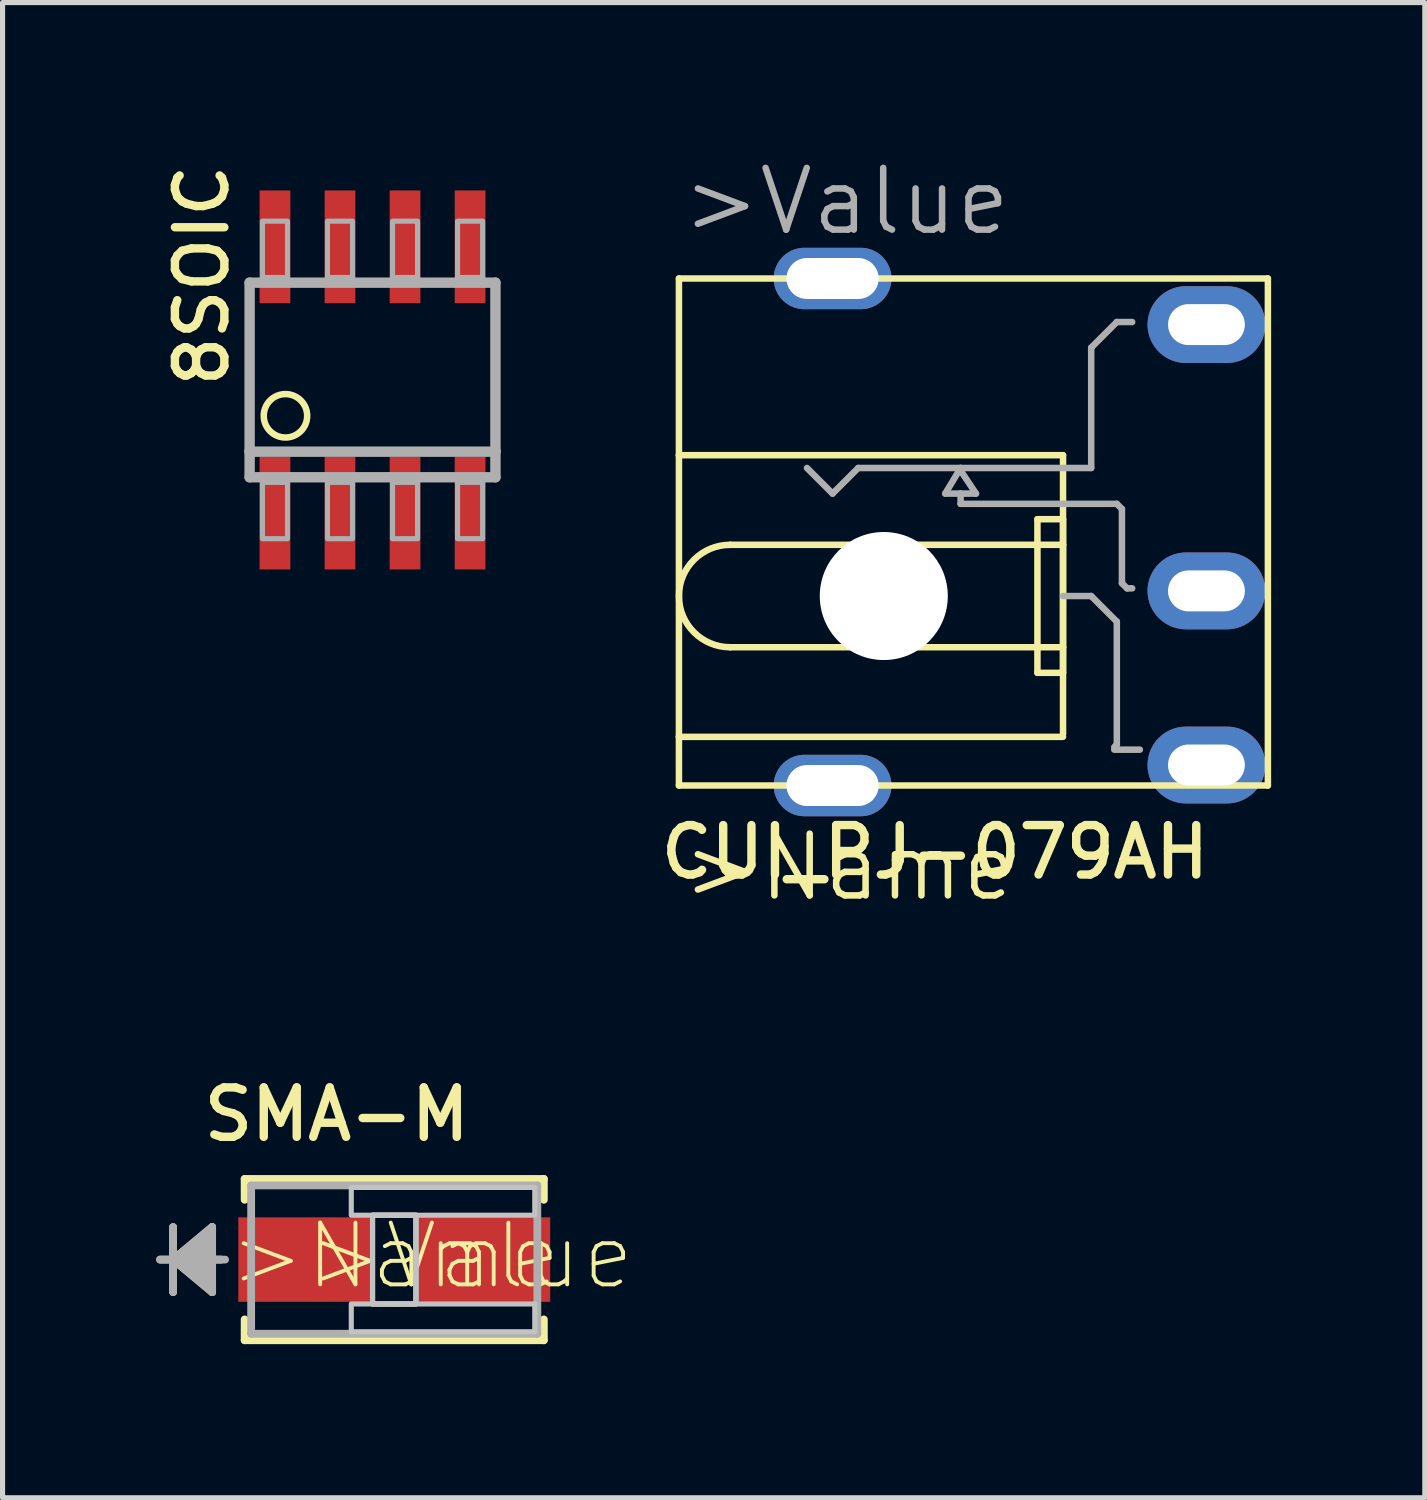
<source format=kicad_pcb>
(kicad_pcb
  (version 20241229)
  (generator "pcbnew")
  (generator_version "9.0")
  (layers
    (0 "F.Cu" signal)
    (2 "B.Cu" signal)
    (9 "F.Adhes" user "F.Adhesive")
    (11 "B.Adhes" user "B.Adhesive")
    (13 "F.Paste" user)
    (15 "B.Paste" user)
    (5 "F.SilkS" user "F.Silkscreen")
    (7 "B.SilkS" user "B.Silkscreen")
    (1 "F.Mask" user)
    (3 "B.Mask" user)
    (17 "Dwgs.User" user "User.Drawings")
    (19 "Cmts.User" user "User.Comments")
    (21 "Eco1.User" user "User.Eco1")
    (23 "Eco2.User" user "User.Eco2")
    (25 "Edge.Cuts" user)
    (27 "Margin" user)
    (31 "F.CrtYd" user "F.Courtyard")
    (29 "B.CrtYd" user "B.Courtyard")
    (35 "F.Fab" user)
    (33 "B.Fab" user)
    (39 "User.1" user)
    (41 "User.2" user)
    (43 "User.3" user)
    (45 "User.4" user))
  (footprint "8SOIC"
    (layer "F.Cu")
    (at 4.224 4.369)
    (property "Reference" "8SOIC" (at -2.767 0.205 270) (layer "F.SilkS") (effects (font (size 0.965 0.965) (thickness 0.164)) (justify left bottom)))
    (attr through_hole)
    (fp_circle (center -1.7 0.7) (end -1.276 0.7) (stroke (width 0.127) (type solid)) (fill no) (layer "F.SilkS"))
    (fp_line (start -2.4 -1.9) (end 2.4 -1.9) (stroke (width 0.203) (type solid)) (layer "F.Fab"))
    (fp_line (start -2.4 1.4) (end -2.4 -1.9) (stroke (width 0.203) (type solid)) (layer "F.Fab"))
    (fp_line (start -2.4 1.9) (end -2.4 1.4) (stroke (width 0.203) (type solid)) (layer "F.Fab"))
    (fp_line (start 2.4 -1.9) (end 2.4 1.4) (stroke (width 0.203) (type solid)) (layer "F.Fab"))
    (fp_line (start 2.4 1.4) (end -2.4 1.4) (stroke (width 0.203) (type solid)) (layer "F.Fab"))
    (fp_line (start 2.4 1.4) (end 2.4 1.9) (stroke (width 0.203) (type solid)) (layer "F.Fab"))
    (fp_line (start 2.4 1.9) (end -2.4 1.9) (stroke (width 0.203) (type solid)) (layer "F.Fab"))
    (fp_poly (pts (xy -2.15 -2) (xy -1.66 -2) (xy -1.66 -3.1) (xy -2.15 -3.1)) (stroke (width 0.1) (type solid)) (fill no) (layer "F.Fab"))
    (fp_poly (pts (xy -2.15 3.1) (xy -1.66 3.1) (xy -1.66 2) (xy -2.15 2)) (stroke (width 0.1) (type solid)) (fill no) (layer "F.Fab"))
    (fp_poly (pts (xy -0.88 -2) (xy -0.39 -2) (xy -0.39 -3.1) (xy -0.88 -3.1)) (stroke (width 0.1) (type solid)) (fill no) (layer "F.Fab"))
    (fp_poly (pts (xy -0.88 3.1) (xy -0.39 3.1) (xy -0.39 2) (xy -0.88 2)) (stroke (width 0.1) (type solid)) (fill no) (layer "F.Fab"))
    (fp_poly (pts (xy 0.39 -2) (xy 0.88 -2) (xy 0.88 -3.1) (xy 0.39 -3.1)) (stroke (width 0.1) (type solid)) (fill no) (layer "F.Fab"))
    (fp_poly (pts (xy 0.39 3.1) (xy 0.88 3.1) (xy 0.88 2) (xy 0.39 2)) (stroke (width 0.1) (type solid)) (fill no) (layer "F.Fab"))
    (fp_poly (pts (xy 1.66 -2) (xy 2.15 -2) (xy 2.15 -3.1) (xy 1.66 -3.1)) (stroke (width 0.1) (type solid)) (fill no) (layer "F.Fab"))
    (fp_poly (pts (xy 1.66 3.1) (xy 2.15 3.1) (xy 2.15 2) (xy 1.66 2)) (stroke (width 0.1) (type solid)) (fill no) (layer "F.Fab"))
    (pad "1" smd rect (at -1.905 2.6) (size 0.6 2.2) (layers "F.Cu" "F.Mask" "F.Paste"))
    (pad "2" smd rect (at -0.635 2.6) (size 0.6 2.2) (layers "F.Cu" "F.Mask" "F.Paste"))
    (pad "3" smd rect (at 0.635 2.6) (size 0.6 2.2) (layers "F.Cu" "F.Mask" "F.Paste"))
    (pad "4" smd rect (at 1.905 2.6) (size 0.6 2.2) (layers "F.Cu" "F.Mask" "F.Paste"))
    (pad "5" smd rect (at 1.905 -2.6) (size 0.6 2.2) (layers "F.Cu" "F.Mask" "F.Paste"))
    (pad "6" smd rect (at 0.635 -2.6) (size 0.6 2.2) (layers "F.Cu" "F.Mask" "F.Paste"))
    (pad "7" smd rect (at -0.635 -2.6) (size 0.6 2.2) (layers "F.Cu" "F.Mask" "F.Paste"))
    (pad "8" smd rect (at -1.905 -2.6) (size 0.6 2.2) (layers "F.Cu" "F.Mask" "F.Paste")))
  (footprint "SMA-M"
    (layer "F.Cu")
    (at 4.648 21.545)
    (property "Reference" "SMA-M" (at -1.123 -2.835 180) (layer "F.SilkS") (effects (font (size 0.965 0.965) (thickness 0.164))))
    (attr through_hole)
    (fp_line (start -4.318 -0.635) (end -4.318 0) (stroke (width 0.152) (type solid)) (layer "F.SilkS"))
    (fp_line (start -4.318 0) (end -4.572 0) (stroke (width 0.152) (type solid)) (layer "F.SilkS"))
    (fp_line (start -4.318 0) (end -4.318 0.635) (stroke (width 0.152) (type solid)) (layer "F.SilkS"))
    (fp_line (start -4.318 0) (end -3.556 -0.635) (stroke (width 0.152) (type solid)) (layer "F.SilkS"))
    (fp_line (start -4.318 0) (end -3.556 -0.508) (stroke (width 0.152) (type solid)) (layer "F.SilkS"))
    (fp_line (start -4.318 0) (end -3.556 -0.381) (stroke (width 0.152) (type solid)) (layer "F.SilkS"))
    (fp_line (start -4.318 0) (end -3.556 -0.254) (stroke (width 0.152) (type solid)) (layer "F.SilkS"))
    (fp_line (start -4.318 0) (end -3.556 -0.127) (stroke (width 0.152) (type solid)) (layer "F.SilkS"))
    (fp_line (start -4.318 0) (end -3.556 0.127) (stroke (width 0.152) (type solid)) (layer "F.SilkS"))
    (fp_line (start -4.318 0) (end -3.556 0.254) (stroke (width 0.152) (type solid)) (layer "F.SilkS"))
    (fp_line (start -4.318 0) (end -3.556 0.381) (stroke (width 0.152) (type solid)) (layer "F.SilkS"))
    (fp_line (start -4.318 0) (end -3.556 0.508) (stroke (width 0.152) (type solid)) (layer "F.SilkS"))
    (fp_line (start -4.318 0) (end -3.556 0.635) (stroke (width 0.152) (type solid)) (layer "F.SilkS"))
    (fp_line (start -3.556 -0.635) (end -3.556 0.635) (stroke (width 0.152) (type solid)) (layer "F.SilkS"))
    (fp_line (start -3.378 0) (end -4.318 0) (stroke (width 0.152) (type solid)) (layer "F.SilkS"))
    (fp_line (start -2.921 -1.575) (end -2.921 -1.168) (stroke (width 0.152) (type solid)) (layer "F.SilkS"))
    (fp_line (start -2.921 1.168) (end -2.921 1.575) (stroke (width 0.152) (type solid)) (layer "F.SilkS"))
    (fp_line (start -2.921 1.575) (end 2.921 1.575) (stroke (width 0.152) (type solid)) (layer "F.SilkS"))
    (fp_line (start 2.921 -1.575) (end -2.921 -1.575) (stroke (width 0.152) (type solid)) (layer "F.SilkS"))
    (fp_line (start 2.921 -1.168) (end 2.921 -1.575) (stroke (width 0.152) (type solid)) (layer "F.SilkS"))
    (fp_line (start 2.921 1.575) (end 2.921 1.168) (stroke (width 0.152) (type solid)) (layer "F.SilkS"))
    (fp_poly (pts (xy -0.839 -1.409) (xy 2.744 -1.409) (xy 2.744 -0.866) (xy -0.839 -0.866)) (stroke (width 0.1) (type solid)) (fill no) (layer "Dwgs.User"))
    (fp_poly (pts (xy -0.839 0.866) (xy 2.744 0.866) (xy 2.744 1.409) (xy -0.839 1.409)) (stroke (width 0.1) (type solid)) (fill no) (layer "Dwgs.User"))
    (fp_poly (pts (xy -0.424 -0.866) (xy 0.424 -0.866) (xy 0.424 0.866) (xy -0.424 0.866)) (stroke (width 0.1) (type solid)) (fill no) (layer "Dwgs.User"))
    (fp_poly (pts (xy -0.424 -0.866) (xy 0.424 -0.866) (xy 0.424 0.866) (xy -0.424 0.866)) (stroke (width 0.1) (type solid)) (fill no) (layer "Dwgs.User"))
    (fp_poly (pts (xy -0.424 -0.866) (xy 0.424 -0.866) (xy 0.424 0.866) (xy -0.424 0.866)) (stroke (width 0.1) (type solid)) (fill no) (layer "Dwgs.User"))
    (fp_line (start -4.318 -0.635) (end -4.318 0) (stroke (width 0.152) (type solid)) (layer "F.Fab"))
    (fp_line (start -4.318 0) (end -4.572 0) (stroke (width 0.152) (type solid)) (layer "F.Fab"))
    (fp_line (start -4.318 0) (end -4.318 0.635) (stroke (width 0.152) (type solid)) (layer "F.Fab"))
    (fp_line (start -4.318 0) (end -3.556 -0.635) (stroke (width 0.152) (type solid)) (layer "F.Fab"))
    (fp_line (start -4.318 0) (end -3.556 -0.508) (stroke (width 0.152) (type solid)) (layer "F.Fab"))
    (fp_line (start -4.318 0) (end -3.556 -0.381) (stroke (width 0.152) (type solid)) (layer "F.Fab"))
    (fp_line (start -4.318 0) (end -3.556 -0.254) (stroke (width 0.152) (type solid)) (layer "F.Fab"))
    (fp_line (start -4.318 0) (end -3.556 -0.127) (stroke (width 0.152) (type solid)) (layer "F.Fab"))
    (fp_line (start -4.318 0) (end -3.556 0.127) (stroke (width 0.152) (type solid)) (layer "F.Fab"))
    (fp_line (start -4.318 0) (end -3.556 0.254) (stroke (width 0.152) (type solid)) (layer "F.Fab"))
    (fp_line (start -4.318 0) (end -3.556 0.381) (stroke (width 0.152) (type solid)) (layer "F.Fab"))
    (fp_line (start -4.318 0) (end -3.556 0.508) (stroke (width 0.152) (type solid)) (layer "F.Fab"))
    (fp_line (start -4.318 0) (end -3.556 0.635) (stroke (width 0.152) (type solid)) (layer "F.Fab"))
    (fp_line (start -3.556 -0.635) (end -3.556 0.635) (stroke (width 0.152) (type solid)) (layer "F.Fab"))
    (fp_line (start -3.302 0) (end -4.318 0) (stroke (width 0.152) (type solid)) (layer "F.Fab"))
    (fp_line (start -2.794 -1.448) (end -2.794 1.448) (stroke (width 0.152) (type solid)) (layer "F.Fab"))
    (fp_line (start -2.794 1.448) (end 2.794 1.448) (stroke (width 0.152) (type solid)) (layer "F.Fab"))
    (fp_line (start 2.794 -1.448) (end -2.794 -1.448) (stroke (width 0.152) (type solid)) (layer "F.Fab"))
    (fp_line (start 2.794 1.448) (end 2.794 -1.448) (stroke (width 0.152) (type solid)) (layer "F.Fab"))
    (fp_text user ">Value" (at -1.727 0.635 0) (layer "F.SilkS") (effects (font (size 1.206 1.206) (thickness 0.076)) (justify left bottom)))
    (fp_text user ">Name" (at -3.277 0.635 0) (layer "F.SilkS") (effects (font (size 1.206 1.206) (thickness 0.076)) (justify left bottom)))
    (pad "1" smd rect (at -1.76 0 90) (size 1.65 2.57) (layers "F.Cu" "F.Mask" "F.Paste"))
    (pad "2" smd rect (at 1.76 0 90) (size 1.65 2.57) (layers "F.Cu" "F.Mask" "F.Paste")))
  (footprint "CUI_PJ-079AH"
    (layer "F.Cu")
    (at 14.207 8.588)
    (property "Reference" "CUI_PJ-079AH" (at 1 5 0) (layer "F.SilkS") (effects (font (size 0.965 0.965) (thickness 0.164))))
    (attr through_hole)
    (fp_line (start -4 -6.2) (end 7.5 -6.2) (stroke (width 0.127) (type solid)) (layer "F.SilkS"))
    (fp_line (start -4 -2.75) (end -4 -6.2) (stroke (width 0.127) (type solid)) (layer "F.SilkS"))
    (fp_line (start -4 -2.75) (end 3.5 -2.75) (stroke (width 0.127) (type solid)) (layer "F.SilkS"))
    (fp_line (start -4 2.75) (end -4 -2.75) (stroke (width 0.127) (type solid)) (layer "F.SilkS"))
    (fp_line (start -4 3.7) (end -4 2.75) (stroke (width 0.127) (type solid)) (layer "F.SilkS"))
    (fp_line (start -3 -1) (end 3.5 -1) (stroke (width 0.127) (type solid)) (layer "F.SilkS"))
    (fp_line (start 3 -1.5) (end 3 1.5) (stroke (width 0.127) (type solid)) (layer "F.SilkS"))
    (fp_line (start 3 1.5) (end 3.5 1.5) (stroke (width 0.127) (type solid)) (layer "F.SilkS"))
    (fp_line (start 3.5 -2.75) (end 3.5 2.7) (stroke (width 0.127) (type solid)) (layer "F.SilkS"))
    (fp_line (start 3.5 -1.5) (end 3 -1.5) (stroke (width 0.127) (type solid)) (layer "F.SilkS"))
    (fp_line (start 3.5 -1) (end 3.5 -1.5) (stroke (width 0.127) (type solid)) (layer "F.SilkS"))
    (fp_line (start 3.5 -1) (end 3.5 1) (stroke (width 0.127) (type solid)) (layer "F.SilkS"))
    (fp_line (start 3.5 1) (end -3 1) (stroke (width 0.127) (type solid)) (layer "F.SilkS"))
    (fp_line (start 3.5 1.5) (end 3.5 1) (stroke (width 0.127) (type solid)) (layer "F.SilkS"))
    (fp_line (start 3.5 2.75) (end -4 2.75) (stroke (width 0.127) (type solid)) (layer "F.SilkS"))
    (fp_line (start 7.5 -6.2) (end 7.5 3.7) (stroke (width 0.127) (type solid)) (layer "F.SilkS"))
    (fp_line (start 7.5 3.7) (end -4 3.7) (stroke (width 0.127) (type solid)) (layer "F.SilkS"))
    (fp_arc (start -3 1) (mid -4 0) (end -3 -1) (stroke (width 0.127) (type solid)) (layer "F.SilkS"))
    (fp_line (start -1.5 -2.5) (end -1 -2) (stroke (width 0.127) (type solid)) (layer "F.Fab"))
    (fp_line (start -1 -2) (end -0.5 -2.5) (stroke (width 0.127) (type solid)) (layer "F.Fab"))
    (fp_line (start -0.5 -2.5) (end 1.5 -2.5) (stroke (width 0.127) (type solid)) (layer "F.Fab"))
    (fp_line (start 1.2 -2) (end 1.5 -2) (stroke (width 0.127) (type solid)) (layer "F.Fab"))
    (fp_line (start 1.5 -2.5) (end 1.2 -2) (stroke (width 0.127) (type solid)) (layer "F.Fab"))
    (fp_line (start 1.5 -2.5) (end 4.05 -2.5) (stroke (width 0.127) (type solid)) (layer "F.Fab"))
    (fp_line (start 1.5 -2) (end 1.5 -1.8) (stroke (width 0.127) (type solid)) (layer "F.Fab"))
    (fp_line (start 1.5 -2) (end 1.8 -2) (stroke (width 0.127) (type solid)) (layer "F.Fab"))
    (fp_line (start 1.5 -1.8) (end 4.55 -1.8) (stroke (width 0.127) (type solid)) (layer "F.Fab"))
    (fp_line (start 1.8 -2) (end 1.5 -2.45) (stroke (width 0.127) (type solid)) (layer "F.Fab"))
    (fp_line (start 3.5 0) (end 4.05 0) (stroke (width 0.127) (type solid)) (layer "F.Fab"))
    (fp_line (start 4.05 -4.85) (end 4.55 -5.35) (stroke (width 0.127) (type solid)) (layer "F.Fab"))
    (fp_line (start 4.05 -2.5) (end 4.05 -4.85) (stroke (width 0.127) (type solid)) (layer "F.Fab"))
    (fp_line (start 4.05 0) (end 4.55 0.5) (stroke (width 0.127) (type solid)) (layer "F.Fab"))
    (fp_line (start 4.5 3) (end 5 3) (stroke (width 0.127) (type solid)) (layer "F.Fab"))
    (fp_line (start 4.55 -5.35) (end 4.85 -5.35) (stroke (width 0.127) (type solid)) (layer "F.Fab"))
    (fp_line (start 4.55 -1.8) (end 4.65 -1.7) (stroke (width 0.127) (type solid)) (layer "F.Fab"))
    (fp_line (start 4.55 0.5) (end 4.55 2.9) (stroke (width 0.127) (type solid)) (layer "F.Fab"))
    (fp_line (start 4.55 2.9) (end 4.5 2.95) (stroke (width 0.127) (type solid)) (layer "F.Fab"))
    (fp_line (start 4.65 -1.7) (end 4.65 -0.25) (stroke (width 0.127) (type solid)) (layer "F.Fab"))
    (fp_line (start 4.65 -0.25) (end 4.75 -0.15) (stroke (width 0.127) (type solid)) (layer "F.Fab"))
    (fp_line (start 4.75 -0.15) (end 4.85 -0.15) (stroke (width 0.127) (type solid)) (layer "F.Fab"))
    (fp_text user ">Name" (at -4 6 0) (layer "F.SilkS") (effects (font (size 1.206 1.206) (thickness 0.127)) (justify left bottom)))
    (fp_text user ">Value" (at -4 -7 0) (layer "F.Fab") (effects (font (size 1.206 1.206) (thickness 0.127)) (justify left bottom)))
    (pad "" np_thru_hole circle (at 0 0) (size 2.5 2.5) (drill 2.5) (layers "*.Cu" "*.Mask"))
    (pad "1" thru_hole oval (at 6.3 3.3) (size 2.3 1.5) (drill oval 1.5 0.8) (layers "*.Cu" "*.Mask"))
    (pad "2" thru_hole oval (at 6.3 -5.3) (size 2.3 1.5) (drill oval 1.5 0.8) (layers "*.Cu" "*.Mask"))
    (pad "3" thru_hole oval (at 6.3 -0.1) (size 2.3 1.5) (drill oval 1.5 0.8) (layers "*.Cu" "*.Mask"))
    (pad "S1" thru_hole oval (at -1 -6.2) (size 2.3 1.2) (drill oval 1.8 0.8) (layers "*.Cu" "*.Mask"))
    (pad "S2" thru_hole oval (at -1 3.7) (size 2.3 1.2) (drill oval 1.8 0.8) (layers "*.Cu" "*.Mask")))
  (gr_rect
    (start -3 -3)
    (end 24.771 26.196)
    (stroke (width 0.1) (type default))
    (fill no)
    (layer "Edge.Cuts")))
</source>
